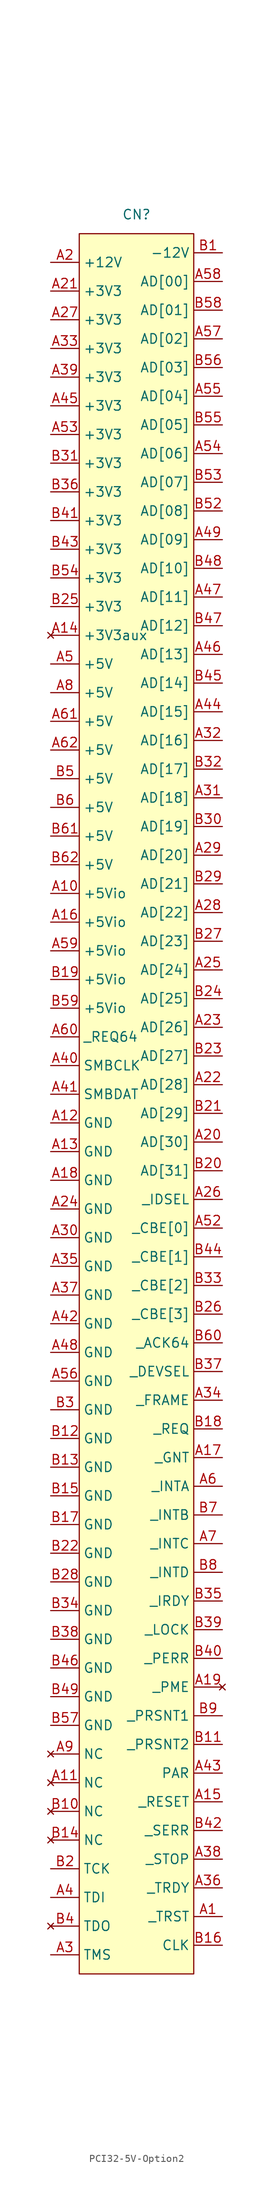
<source format=kicad_sym>
(kicad_symbol_lib
  (version 20231120)
  (generator "kicad_symbol_editor")
  (generator_version "8.0")
  (symbol "PCI32-5V-Option2"
    (property "Reference" "CN"
      (at 0 119.38 0)
      (effects (font (size 1.27 1.27))))
    (symbol "PCI32-5V-Option2_0_0"
      (pin input line (at 11.43 -106.68 180) (length 3.81) (name "_TRST" (effects (font (size 1.27 1.27)))) (number "A1" (effects (font (size 1.27 1.27)))))
      (pin power_in line (at -11.43 29.21 0) (length 3.81) (name "+5Vio" (effects (font (size 1.27 1.27)))) (number "A10" (effects (font (size 1.27 1.27)))))
      (pin no_connect line (at -11.43 -88.9 0) (length 3.81) (name "NC" (effects (font (size 1.27 1.27)))) (number "A11" (effects (font (size 1.27 1.27)))))
      (pin power_in line (at -11.43 -1.27 0) (length 3.81) (name "GND" (effects (font (size 1.27 1.27)))) (number "A12" (effects (font (size 1.27 1.27)))))
      (pin power_in line (at -11.43 -5.08 0) (length 3.81) (name "GND" (effects (font (size 1.27 1.27)))) (number "A13" (effects (font (size 1.27 1.27)))))
      (pin no_connect line (at -11.43 63.5 0) (length 3.81) (name "+3V3aux" (effects (font (size 1.27 1.27)))) (number "A14" (effects (font (size 1.27 1.27)))))
      (pin input line (at 11.43 -91.44 180) (length 3.81) (name "_RESET" (effects (font (size 1.27 1.27)))) (number "A15" (effects (font (size 1.27 1.27)))))
      (pin power_in line (at -11.43 25.4 0) (length 3.81) (name "+5Vio" (effects (font (size 1.27 1.27)))) (number "A16" (effects (font (size 1.27 1.27)))))
      (pin input line (at 11.43 -45.72 180) (length 3.81) (name "_GNT" (effects (font (size 1.27 1.27)))) (number "A17" (effects (font (size 1.27 1.27)))))
      (pin power_in line (at -11.43 -8.89 0) (length 3.81) (name "GND" (effects (font (size 1.27 1.27)))) (number "A18" (effects (font (size 1.27 1.27)))))
      (pin no_connect line (at 11.43 -76.2 180) (length 3.81) (name "_PME" (effects (font (size 1.27 1.27)))) (number "A19" (effects (font (size 1.27 1.27)))))
      (pin power_in line (at -11.43 113.03 0) (length 3.81) (name "+12V" (effects (font (size 1.27 1.27)))) (number "A2" (effects (font (size 1.27 1.27)))))
      (pin bidirectional line (at 11.43 -3.81 180) (length 3.81) (name "AD[30]" (effects (font (size 1.27 1.27)))) (number "A20" (effects (font (size 1.27 1.27)))))
      (pin power_in line (at -11.43 109.22 0) (length 3.81) (name "+3V3" (effects (font (size 1.27 1.27)))) (number "A21" (effects (font (size 1.27 1.27)))))
      (pin bidirectional line (at 11.43 3.81 180) (length 3.81) (name "AD[28]" (effects (font (size 1.27 1.27)))) (number "A22" (effects (font (size 1.27 1.27)))))
      (pin bidirectional line (at 11.43 11.43 180) (length 3.81) (name "AD[26]" (effects (font (size 1.27 1.27)))) (number "A23" (effects (font (size 1.27 1.27)))))
      (pin power_in line (at -11.43 -12.7 0) (length 3.81) (name "GND" (effects (font (size 1.27 1.27)))) (number "A24" (effects (font (size 1.27 1.27)))))
      (pin bidirectional line (at 11.43 19.05 180) (length 3.81) (name "AD[24]" (effects (font (size 1.27 1.27)))) (number "A25" (effects (font (size 1.27 1.27)))))
      (pin input line (at 11.43 -11.43 180) (length 3.81) (name "_IDSEL" (effects (font (size 1.27 1.27)))) (number "A26" (effects (font (size 1.27 1.27)))))
      (pin power_in line (at -11.43 105.41 0) (length 3.81) (name "+3V3" (effects (font (size 1.27 1.27)))) (number "A27" (effects (font (size 1.27 1.27)))))
      (pin bidirectional line (at 11.43 26.67 180) (length 3.81) (name "AD[22]" (effects (font (size 1.27 1.27)))) (number "A28" (effects (font (size 1.27 1.27)))))
      (pin bidirectional line (at 11.43 34.29 180) (length 3.81) (name "AD[20]" (effects (font (size 1.27 1.27)))) (number "A29" (effects (font (size 1.27 1.27)))))
      (pin input line (at -11.43 -111.76 0) (length 3.81) (name "TMS" (effects (font (size 1.27 1.27)))) (number "A3" (effects (font (size 1.27 1.27)))))
      (pin power_in line (at -11.43 -16.51 0) (length 3.81) (name "GND" (effects (font (size 1.27 1.27)))) (number "A30" (effects (font (size 1.27 1.27)))))
      (pin bidirectional line (at 11.43 41.91 180) (length 3.81) (name "AD[18]" (effects (font (size 1.27 1.27)))) (number "A31" (effects (font (size 1.27 1.27)))))
      (pin bidirectional line (at 11.43 49.53 180) (length 3.81) (name "AD[16]" (effects (font (size 1.27 1.27)))) (number "A32" (effects (font (size 1.27 1.27)))))
      (pin power_in line (at -11.43 101.6 0) (length 3.81) (name "+3V3" (effects (font (size 1.27 1.27)))) (number "A33" (effects (font (size 1.27 1.27)))))
      (pin bidirectional line (at 11.43 -38.1 180) (length 3.81) (name "_FRAME" (effects (font (size 1.27 1.27)))) (number "A34" (effects (font (size 1.27 1.27)))))
      (pin power_in line (at -11.43 -20.32 0) (length 3.81) (name "GND" (effects (font (size 1.27 1.27)))) (number "A35" (effects (font (size 1.27 1.27)))))
      (pin bidirectional line (at 11.43 -102.87 180) (length 3.81) (name "_TRDY" (effects (font (size 1.27 1.27)))) (number "A36" (effects (font (size 1.27 1.27)))))
      (pin power_in line (at -11.43 -24.13 0) (length 3.81) (name "GND" (effects (font (size 1.27 1.27)))) (number "A37" (effects (font (size 1.27 1.27)))))
      (pin bidirectional line (at 11.43 -99.06 180) (length 3.81) (name "_STOP" (effects (font (size 1.27 1.27)))) (number "A38" (effects (font (size 1.27 1.27)))))
      (pin power_in line (at -11.43 97.79 0) (length 3.81) (name "+3V3" (effects (font (size 1.27 1.27)))) (number "A39" (effects (font (size 1.27 1.27)))))
      (pin input line (at -11.43 -104.14 0) (length 3.81) (name "TDI" (effects (font (size 1.27 1.27)))) (number "A4" (effects (font (size 1.27 1.27)))))
      (pin input line (at -11.43 6.35 0) (length 3.81) (name "SMBCLK" (effects (font (size 1.27 1.27)))) (number "A40" (effects (font (size 1.27 1.27)))))
      (pin input line (at -11.43 2.54 0) (length 3.81) (name "SMBDAT" (effects (font (size 1.27 1.27)))) (number "A41" (effects (font (size 1.27 1.27)))))
      (pin power_in line (at -11.43 -27.94 0) (length 3.81) (name "GND" (effects (font (size 1.27 1.27)))) (number "A42" (effects (font (size 1.27 1.27)))))
      (pin input line (at 11.43 -87.63 180) (length 3.81) (name "PAR" (effects (font (size 1.27 1.27)))) (number "A43" (effects (font (size 1.27 1.27)))))
      (pin bidirectional line (at 11.43 53.34 180) (length 3.81) (name "AD[15]" (effects (font (size 1.27 1.27)))) (number "A44" (effects (font (size 1.27 1.27)))))
      (pin power_in line (at -11.43 93.98 0) (length 3.81) (name "+3V3" (effects (font (size 1.27 1.27)))) (number "A45" (effects (font (size 1.27 1.27)))))
      (pin bidirectional line (at 11.43 60.96 180) (length 3.81) (name "AD[13]" (effects (font (size 1.27 1.27)))) (number "A46" (effects (font (size 1.27 1.27)))))
      (pin bidirectional line (at 11.43 68.58 180) (length 3.81) (name "AD[11]" (effects (font (size 1.27 1.27)))) (number "A47" (effects (font (size 1.27 1.27)))))
      (pin power_in line (at -11.43 -31.75 0) (length 3.81) (name "GND" (effects (font (size 1.27 1.27)))) (number "A48" (effects (font (size 1.27 1.27)))))
      (pin bidirectional line (at 11.43 76.2 180) (length 3.81) (name "AD[09]" (effects (font (size 1.27 1.27)))) (number "A49" (effects (font (size 1.27 1.27)))))
      (pin power_in line (at -11.43 59.69 0) (length 3.81) (name "+5V" (effects (font (size 1.27 1.27)))) (number "A5" (effects (font (size 1.27 1.27)))))
      (pin input line (at 11.43 -15.24 180) (length 3.81) (name "_CBE[0]" (effects (font (size 1.27 1.27)))) (number "A52" (effects (font (size 1.27 1.27)))))
      (pin power_in line (at -11.43 90.17 0) (length 3.81) (name "+3V3" (effects (font (size 1.27 1.27)))) (number "A53" (effects (font (size 1.27 1.27)))))
      (pin bidirectional line (at 11.43 87.63 180) (length 3.81) (name "AD[06]" (effects (font (size 1.27 1.27)))) (number "A54" (effects (font (size 1.27 1.27)))))
      (pin bidirectional line (at 11.43 95.25 180) (length 3.81) (name "AD[04]" (effects (font (size 1.27 1.27)))) (number "A55" (effects (font (size 1.27 1.27)))))
      (pin power_in line (at -11.43 -35.56 0) (length 3.81) (name "GND" (effects (font (size 1.27 1.27)))) (number "A56" (effects (font (size 1.27 1.27)))))
      (pin bidirectional line (at 11.43 102.87 180) (length 3.81) (name "AD[02]" (effects (font (size 1.27 1.27)))) (number "A57" (effects (font (size 1.27 1.27)))))
      (pin bidirectional line (at 11.43 110.49 180) (length 3.81) (name "AD[00]" (effects (font (size 1.27 1.27)))) (number "A58" (effects (font (size 1.27 1.27)))))
      (pin power_in line (at -11.43 21.59 0) (length 3.81) (name "+5Vio" (effects (font (size 1.27 1.27)))) (number "A59" (effects (font (size 1.27 1.27)))))
      (pin output line (at 11.43 -49.53 180) (length 3.81) (name "_INTA" (effects (font (size 1.27 1.27)))) (number "A6" (effects (font (size 1.27 1.27)))))
      (pin output line (at -11.43 10.16 0) (length 3.81) (name "_REQ64" (effects (font (size 1.27 1.27)))) (number "A60" (effects (font (size 1.27 1.27)))))
      (pin power_in line (at -11.43 52.07 0) (length 3.81) (name "+5V" (effects (font (size 1.27 1.27)))) (number "A61" (effects (font (size 1.27 1.27)))))
      (pin power_in line (at -11.43 48.26 0) (length 3.81) (name "+5V" (effects (font (size 1.27 1.27)))) (number "A62" (effects (font (size 1.27 1.27)))))
      (pin output line (at 11.43 -57.15 180) (length 3.81) (name "_INTC" (effects (font (size 1.27 1.27)))) (number "A7" (effects (font (size 1.27 1.27)))))
      (pin power_in line (at -11.43 55.88 0) (length 3.81) (name "+5V" (effects (font (size 1.27 1.27)))) (number "A8" (effects (font (size 1.27 1.27)))))
      (pin no_connect line (at -11.43 -85.09 0) (length 3.81) (name "NC" (effects (font (size 1.27 1.27)))) (number "A9" (effects (font (size 1.27 1.27)))))
      (pin power_in line (at 11.43 114.3 180) (length 3.81) (name "-12V" (effects (font (size 1.27 1.27)))) (number "B1" (effects (font (size 1.27 1.27)))))
      (pin no_connect line (at -11.43 -92.71 0) (length 3.81) (name "NC" (effects (font (size 1.27 1.27)))) (number "B10" (effects (font (size 1.27 1.27)))))
      (pin output line (at 11.43 -83.82 180) (length 3.81) (name "_PRSNT2" (effects (font (size 1.27 1.27)))) (number "B11" (effects (font (size 1.27 1.27)))))
      (pin power_in line (at -11.43 -43.18 0) (length 3.81) (name "GND" (effects (font (size 1.27 1.27)))) (number "B12" (effects (font (size 1.27 1.27)))))
      (pin power_in line (at -11.43 -46.99 0) (length 3.81) (name "GND" (effects (font (size 1.27 1.27)))) (number "B13" (effects (font (size 1.27 1.27)))))
      (pin no_connect line (at -11.43 -96.52 0) (length 3.81) (name "NC" (effects (font (size 1.27 1.27)))) (number "B14" (effects (font (size 1.27 1.27)))))
      (pin power_in line (at -11.43 -50.8 0) (length 3.81) (name "GND" (effects (font (size 1.27 1.27)))) (number "B15" (effects (font (size 1.27 1.27)))))
      (pin input line (at 11.43 -110.49 180) (length 3.81) (name "CLK" (effects (font (size 1.27 1.27)))) (number "B16" (effects (font (size 1.27 1.27)))))
      (pin power_in line (at -11.43 -54.61 0) (length 3.81) (name "GND" (effects (font (size 1.27 1.27)))) (number "B17" (effects (font (size 1.27 1.27)))))
      (pin output line (at 11.43 -41.91 180) (length 3.81) (name "_REQ" (effects (font (size 1.27 1.27)))) (number "B18" (effects (font (size 1.27 1.27)))))
      (pin power_in line (at -11.43 17.78 0) (length 3.81) (name "+5Vio" (effects (font (size 1.27 1.27)))) (number "B19" (effects (font (size 1.27 1.27)))))
      (pin input line (at -11.43 -100.33 0) (length 3.81) (name "TCK" (effects (font (size 1.27 1.27)))) (number "B2" (effects (font (size 1.27 1.27)))))
      (pin bidirectional line (at 11.43 -7.62 180) (length 3.81) (name "AD[31]" (effects (font (size 1.27 1.27)))) (number "B20" (effects (font (size 1.27 1.27)))))
      (pin bidirectional line (at 11.43 0 180) (length 3.81) (name "AD[29]" (effects (font (size 1.27 1.27)))) (number "B21" (effects (font (size 1.27 1.27)))))
      (pin power_in line (at -11.43 -58.42 0) (length 3.81) (name "GND" (effects (font (size 1.27 1.27)))) (number "B22" (effects (font (size 1.27 1.27)))))
      (pin bidirectional line (at 11.43 7.62 180) (length 3.81) (name "AD[27]" (effects (font (size 1.27 1.27)))) (number "B23" (effects (font (size 1.27 1.27)))))
      (pin bidirectional line (at 11.43 15.24 180) (length 3.81) (name "AD[25]" (effects (font (size 1.27 1.27)))) (number "B24" (effects (font (size 1.27 1.27)))))
      (pin power_in line (at -11.43 67.31 0) (length 3.81) (name "+3V3" (effects (font (size 1.27 1.27)))) (number "B25" (effects (font (size 1.27 1.27)))))
      (pin input line (at 11.43 -26.67 180) (length 3.81) (name "_CBE[3]" (effects (font (size 1.27 1.27)))) (number "B26" (effects (font (size 1.27 1.27)))))
      (pin bidirectional line (at 11.43 22.86 180) (length 3.81) (name "AD[23]" (effects (font (size 1.27 1.27)))) (number "B27" (effects (font (size 1.27 1.27)))))
      (pin power_in line (at -11.43 -62.23 0) (length 3.81) (name "GND" (effects (font (size 1.27 1.27)))) (number "B28" (effects (font (size 1.27 1.27)))))
      (pin bidirectional line (at 11.43 30.48 180) (length 3.81) (name "AD[21]" (effects (font (size 1.27 1.27)))) (number "B29" (effects (font (size 1.27 1.27)))))
      (pin power_in line (at -11.43 -39.37 0) (length 3.81) (name "GND" (effects (font (size 1.27 1.27)))) (number "B3" (effects (font (size 1.27 1.27)))))
      (pin bidirectional line (at 11.43 38.1 180) (length 3.81) (name "AD[19]" (effects (font (size 1.27 1.27)))) (number "B30" (effects (font (size 1.27 1.27)))))
      (pin power_in line (at -11.43 86.36 0) (length 3.81) (name "+3V3" (effects (font (size 1.27 1.27)))) (number "B31" (effects (font (size 1.27 1.27)))))
      (pin bidirectional line (at 11.43 45.72 180) (length 3.81) (name "AD[17]" (effects (font (size 1.27 1.27)))) (number "B32" (effects (font (size 1.27 1.27)))))
      (pin input line (at 11.43 -22.86 180) (length 3.81) (name "_CBE[2]" (effects (font (size 1.27 1.27)))) (number "B33" (effects (font (size 1.27 1.27)))))
      (pin power_in line (at -11.43 -66.04 0) (length 3.81) (name "GND" (effects (font (size 1.27 1.27)))) (number "B34" (effects (font (size 1.27 1.27)))))
      (pin bidirectional line (at 11.43 -64.77 180) (length 3.81) (name "_IRDY" (effects (font (size 1.27 1.27)))) (number "B35" (effects (font (size 1.27 1.27)))))
      (pin power_in line (at -11.43 82.55 0) (length 3.81) (name "+3V3" (effects (font (size 1.27 1.27)))) (number "B36" (effects (font (size 1.27 1.27)))))
      (pin bidirectional line (at 11.43 -34.29 180) (length 3.81) (name "_DEVSEL" (effects (font (size 1.27 1.27)))) (number "B37" (effects (font (size 1.27 1.27)))))
      (pin power_in line (at -11.43 -69.85 0) (length 3.81) (name "GND" (effects (font (size 1.27 1.27)))) (number "B38" (effects (font (size 1.27 1.27)))))
      (pin bidirectional line (at 11.43 -68.58 180) (length 3.81) (name "_LOCK" (effects (font (size 1.27 1.27)))) (number "B39" (effects (font (size 1.27 1.27)))))
      (pin no_connect line (at -11.43 -107.95 0) (length 3.81) (name "TDO" (effects (font (size 1.27 1.27)))) (number "B4" (effects (font (size 1.27 1.27)))))
      (pin output line (at 11.43 -72.39 180) (length 3.81) (name "_PERR" (effects (font (size 1.27 1.27)))) (number "B40" (effects (font (size 1.27 1.27)))))
      (pin power_in line (at -11.43 78.74 0) (length 3.81) (name "+3V3" (effects (font (size 1.27 1.27)))) (number "B41" (effects (font (size 1.27 1.27)))))
      (pin output line (at 11.43 -95.25 180) (length 3.81) (name "_SERR" (effects (font (size 1.27 1.27)))) (number "B42" (effects (font (size 1.27 1.27)))))
      (pin power_in line (at -11.43 74.93 0) (length 3.81) (name "+3V3" (effects (font (size 1.27 1.27)))) (number "B43" (effects (font (size 1.27 1.27)))))
      (pin input line (at 11.43 -19.05 180) (length 3.81) (name "_CBE[1]" (effects (font (size 1.27 1.27)))) (number "B44" (effects (font (size 1.27 1.27)))))
      (pin bidirectional line (at 11.43 57.15 180) (length 3.81) (name "AD[14]" (effects (font (size 1.27 1.27)))) (number "B45" (effects (font (size 1.27 1.27)))))
      (pin power_in line (at -11.43 -73.66 0) (length 3.81) (name "GND" (effects (font (size 1.27 1.27)))) (number "B46" (effects (font (size 1.27 1.27)))))
      (pin bidirectional line (at 11.43 64.77 180) (length 3.81) (name "AD[12]" (effects (font (size 1.27 1.27)))) (number "B47" (effects (font (size 1.27 1.27)))))
      (pin bidirectional line (at 11.43 72.39 180) (length 3.81) (name "AD[10]" (effects (font (size 1.27 1.27)))) (number "B48" (effects (font (size 1.27 1.27)))))
      (pin power_in line (at -11.43 -77.47 0) (length 3.81) (name "GND" (effects (font (size 1.27 1.27)))) (number "B49" (effects (font (size 1.27 1.27)))))
      (pin power_in line (at -11.43 44.45 0) (length 3.81) (name "+5V" (effects (font (size 1.27 1.27)))) (number "B5" (effects (font (size 1.27 1.27)))))
      (pin bidirectional line (at 11.43 80.01 180) (length 3.81) (name "AD[08]" (effects (font (size 1.27 1.27)))) (number "B52" (effects (font (size 1.27 1.27)))))
      (pin bidirectional line (at 11.43 83.82 180) (length 3.81) (name "AD[07]" (effects (font (size 1.27 1.27)))) (number "B53" (effects (font (size 1.27 1.27)))))
      (pin power_in line (at -11.43 71.12 0) (length 3.81) (name "+3V3" (effects (font (size 1.27 1.27)))) (number "B54" (effects (font (size 1.27 1.27)))))
      (pin bidirectional line (at 11.43 91.44 180) (length 3.81) (name "AD[05]" (effects (font (size 1.27 1.27)))) (number "B55" (effects (font (size 1.27 1.27)))))
      (pin bidirectional line (at 11.43 99.06 180) (length 3.81) (name "AD[03]" (effects (font (size 1.27 1.27)))) (number "B56" (effects (font (size 1.27 1.27)))))
      (pin power_in line (at -11.43 -81.28 0) (length 3.81) (name "GND" (effects (font (size 1.27 1.27)))) (number "B57" (effects (font (size 1.27 1.27)))))
      (pin bidirectional line (at 11.43 106.68 180) (length 3.81) (name "AD[01]" (effects (font (size 1.27 1.27)))) (number "B58" (effects (font (size 1.27 1.27)))))
      (pin power_in line (at -11.43 13.97 0) (length 3.81) (name "+5Vio" (effects (font (size 1.27 1.27)))) (number "B59" (effects (font (size 1.27 1.27)))))
      (pin power_in line (at -11.43 40.64 0) (length 3.81) (name "+5V" (effects (font (size 1.27 1.27)))) (number "B6" (effects (font (size 1.27 1.27)))))
      (pin output line (at 11.43 -30.48 180) (length 3.81) (name "_ACK64" (effects (font (size 1.27 1.27)))) (number "B60" (effects (font (size 1.27 1.27)))))
      (pin power_in line (at -11.43 36.83 0) (length 3.81) (name "+5V" (effects (font (size 1.27 1.27)))) (number "B61" (effects (font (size 1.27 1.27)))))
      (pin power_in line (at -11.43 33.02 0) (length 3.81) (name "+5V" (effects (font (size 1.27 1.27)))) (number "B62" (effects (font (size 1.27 1.27)))))
      (pin output line (at 11.43 -53.34 180) (length 3.81) (name "_INTB" (effects (font (size 1.27 1.27)))) (number "B7" (effects (font (size 1.27 1.27)))))
      (pin output line (at 11.43 -60.96 180) (length 3.81) (name "_INTD" (effects (font (size 1.27 1.27)))) (number "B8" (effects (font (size 1.27 1.27)))))
      (pin output line (at 11.43 -80.01 180) (length 3.81) (name "_PRSNT1" (effects (font (size 1.27 1.27)))) (number "B9" (effects (font (size 1.27 1.27))))))
    (symbol "PCI32-5V-Option2_0_1"
      (rectangle (start -7.62 116.84) (end 7.62 -114.3) (stroke (width 0.152) (type default)) (fill (type background))))))
</source>
